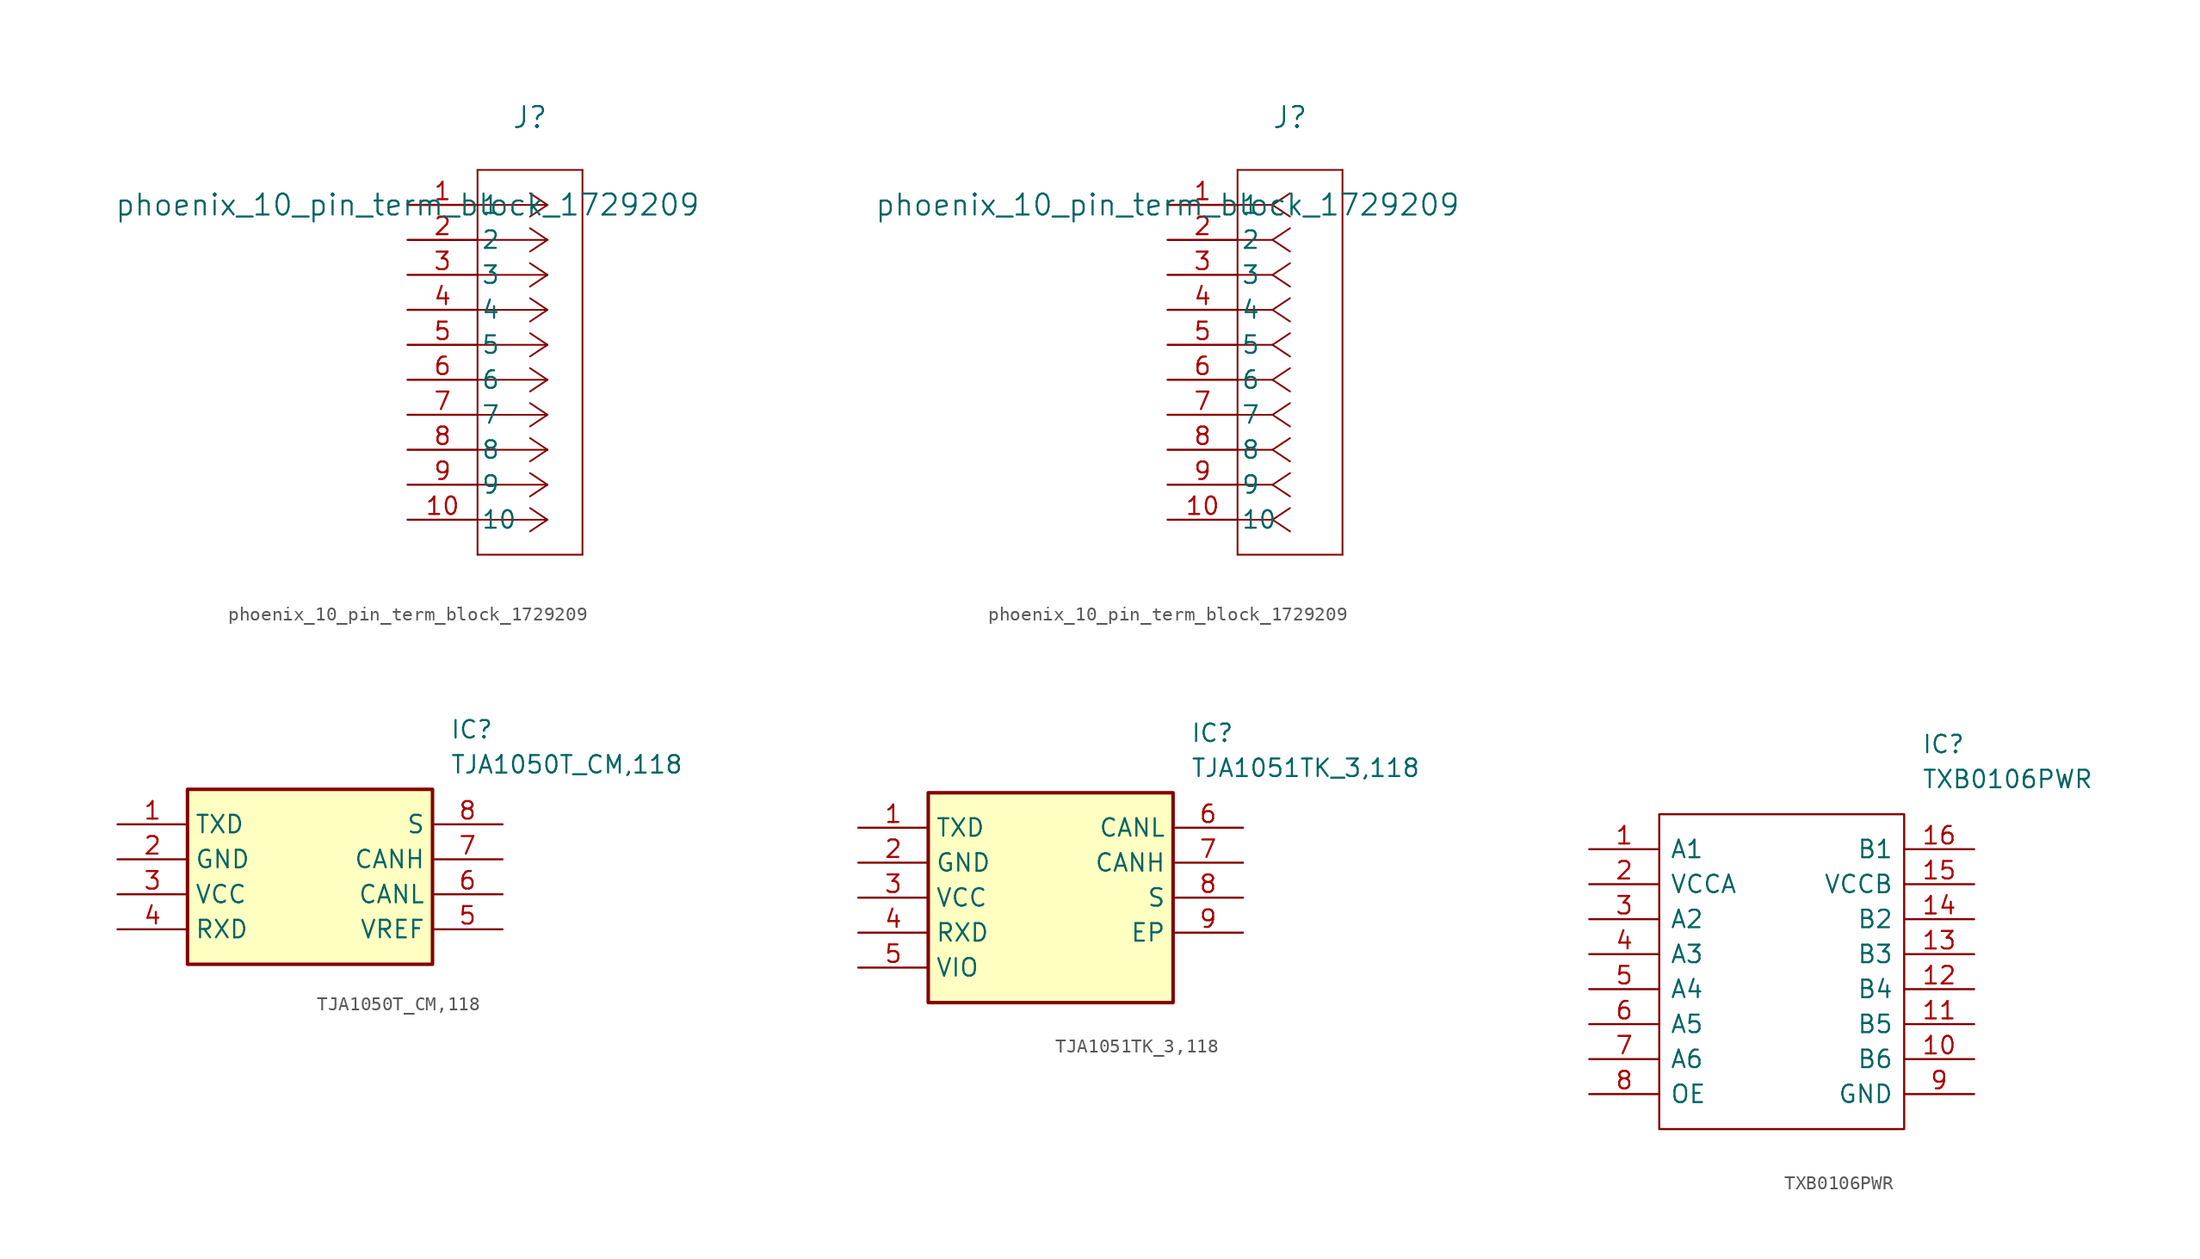
<source format=kicad_sym>
(kicad_symbol_lib
  (version 20231120)
  (generator "kicad_symbol_editor")
  (generator_version "8.0")
  (symbol "phoenix_10_pin_term_block_1729209"
    (pin_names
      (offset 0.254))
    (property "Reference" "J"
      (at 8.89 6.35 0)
      (effects (font (size 1.524 1.524))))
    (property "Value" "phoenix_10_pin_term_block_1729209"
      (at 0 0 0)
      (effects (font (size 1.524 1.524))))
    (property "ki_locked" ""
      (at 0 0 0)
      (effects (font (size 1.27 1.27))))
    (symbol "phoenix_10_pin_term_block_1729209_1_1"
      (polyline (pts (xy 5.08 -25.4) (xy 12.7 -25.4)) (stroke (width 0.127) (type default)) (fill (type none)))
      (polyline (pts (xy 5.08 2.54) (xy 5.08 -25.4)) (stroke (width 0.127) (type default)) (fill (type none)))
      (polyline (pts (xy 10.16 -22.86) (xy 5.08 -22.86)) (stroke (width 0.127) (type default)) (fill (type none)))
      (polyline (pts (xy 10.16 -22.86) (xy 8.89 -23.707)) (stroke (width 0.127) (type default)) (fill (type none)))
      (polyline (pts (xy 10.16 -22.86) (xy 8.89 -22.013)) (stroke (width 0.127) (type default)) (fill (type none)))
      (polyline (pts (xy 10.16 -20.32) (xy 5.08 -20.32)) (stroke (width 0.127) (type default)) (fill (type none)))
      (polyline (pts (xy 10.16 -20.32) (xy 8.89 -21.167)) (stroke (width 0.127) (type default)) (fill (type none)))
      (polyline (pts (xy 10.16 -20.32) (xy 8.89 -19.473)) (stroke (width 0.127) (type default)) (fill (type none)))
      (polyline (pts (xy 10.16 -17.78) (xy 5.08 -17.78)) (stroke (width 0.127) (type default)) (fill (type none)))
      (polyline (pts (xy 10.16 -17.78) (xy 8.89 -18.627)) (stroke (width 0.127) (type default)) (fill (type none)))
      (polyline (pts (xy 10.16 -17.78) (xy 8.89 -16.933)) (stroke (width 0.127) (type default)) (fill (type none)))
      (polyline (pts (xy 10.16 -15.24) (xy 5.08 -15.24)) (stroke (width 0.127) (type default)) (fill (type none)))
      (polyline (pts (xy 10.16 -15.24) (xy 8.89 -16.087)) (stroke (width 0.127) (type default)) (fill (type none)))
      (polyline (pts (xy 10.16 -15.24) (xy 8.89 -14.393)) (stroke (width 0.127) (type default)) (fill (type none)))
      (polyline (pts (xy 10.16 -12.7) (xy 5.08 -12.7)) (stroke (width 0.127) (type default)) (fill (type none)))
      (polyline (pts (xy 10.16 -12.7) (xy 8.89 -13.547)) (stroke (width 0.127) (type default)) (fill (type none)))
      (polyline (pts (xy 10.16 -12.7) (xy 8.89 -11.853)) (stroke (width 0.127) (type default)) (fill (type none)))
      (polyline (pts (xy 10.16 -10.16) (xy 5.08 -10.16)) (stroke (width 0.127) (type default)) (fill (type none)))
      (polyline (pts (xy 10.16 -10.16) (xy 8.89 -11.007)) (stroke (width 0.127) (type default)) (fill (type none)))
      (polyline (pts (xy 10.16 -10.16) (xy 8.89 -9.313)) (stroke (width 0.127) (type default)) (fill (type none)))
      (polyline (pts (xy 10.16 -7.62) (xy 5.08 -7.62)) (stroke (width 0.127) (type default)) (fill (type none)))
      (polyline (pts (xy 10.16 -7.62) (xy 8.89 -8.467)) (stroke (width 0.127) (type default)) (fill (type none)))
      (polyline (pts (xy 10.16 -7.62) (xy 8.89 -6.773)) (stroke (width 0.127) (type default)) (fill (type none)))
      (polyline (pts (xy 10.16 -5.08) (xy 5.08 -5.08)) (stroke (width 0.127) (type default)) (fill (type none)))
      (polyline (pts (xy 10.16 -5.08) (xy 8.89 -5.927)) (stroke (width 0.127) (type default)) (fill (type none)))
      (polyline (pts (xy 10.16 -5.08) (xy 8.89 -4.233)) (stroke (width 0.127) (type default)) (fill (type none)))
      (polyline (pts (xy 10.16 -2.54) (xy 5.08 -2.54)) (stroke (width 0.127) (type default)) (fill (type none)))
      (polyline (pts (xy 10.16 -2.54) (xy 8.89 -3.387)) (stroke (width 0.127) (type default)) (fill (type none)))
      (polyline (pts (xy 10.16 -2.54) (xy 8.89 -1.693)) (stroke (width 0.127) (type default)) (fill (type none)))
      (polyline (pts (xy 10.16 0) (xy 5.08 0)) (stroke (width 0.127) (type default)) (fill (type none)))
      (polyline (pts (xy 10.16 0) (xy 8.89 -0.847)) (stroke (width 0.127) (type default)) (fill (type none)))
      (polyline (pts (xy 10.16 0) (xy 8.89 0.847)) (stroke (width 0.127) (type default)) (fill (type none)))
      (polyline (pts (xy 12.7 -25.4) (xy 12.7 2.54)) (stroke (width 0.127) (type default)) (fill (type none)))
      (polyline (pts (xy 12.7 2.54) (xy 5.08 2.54)) (stroke (width 0.127) (type default)) (fill (type none)))
      (pin unspecified line (at 0 0 0) (length 5.08) (name "1" (effects (font (size 1.27 1.27)))) (number "1" (effects (font (size 1.27 1.27)))))
      (pin unspecified line (at 0 -22.86 0) (length 5.08) (name "10" (effects (font (size 1.27 1.27)))) (number "10" (effects (font (size 1.27 1.27)))))
      (pin unspecified line (at 0 -2.54 0) (length 5.08) (name "2" (effects (font (size 1.27 1.27)))) (number "2" (effects (font (size 1.27 1.27)))))
      (pin unspecified line (at 0 -5.08 0) (length 5.08) (name "3" (effects (font (size 1.27 1.27)))) (number "3" (effects (font (size 1.27 1.27)))))
      (pin unspecified line (at 0 -7.62 0) (length 5.08) (name "4" (effects (font (size 1.27 1.27)))) (number "4" (effects (font (size 1.27 1.27)))))
      (pin unspecified line (at 0 -10.16 0) (length 5.08) (name "5" (effects (font (size 1.27 1.27)))) (number "5" (effects (font (size 1.27 1.27)))))
      (pin unspecified line (at 0 -12.7 0) (length 5.08) (name "6" (effects (font (size 1.27 1.27)))) (number "6" (effects (font (size 1.27 1.27)))))
      (pin unspecified line (at 0 -15.24 0) (length 5.08) (name "7" (effects (font (size 1.27 1.27)))) (number "7" (effects (font (size 1.27 1.27)))))
      (pin unspecified line (at 0 -17.78 0) (length 5.08) (name "8" (effects (font (size 1.27 1.27)))) (number "8" (effects (font (size 1.27 1.27)))))
      (pin unspecified line (at 0 -20.32 0) (length 5.08) (name "9" (effects (font (size 1.27 1.27)))) (number "9" (effects (font (size 1.27 1.27))))))
    (symbol "phoenix_10_pin_term_block_1729209_1_2"
      (polyline (pts (xy 5.08 -25.4) (xy 12.7 -25.4)) (stroke (width 0.127) (type default)) (fill (type none)))
      (polyline (pts (xy 5.08 2.54) (xy 5.08 -25.4)) (stroke (width 0.127) (type default)) (fill (type none)))
      (polyline (pts (xy 7.62 -22.86) (xy 5.08 -22.86)) (stroke (width 0.127) (type default)) (fill (type none)))
      (polyline (pts (xy 7.62 -22.86) (xy 8.89 -23.707)) (stroke (width 0.127) (type default)) (fill (type none)))
      (polyline (pts (xy 7.62 -22.86) (xy 8.89 -22.013)) (stroke (width 0.127) (type default)) (fill (type none)))
      (polyline (pts (xy 7.62 -20.32) (xy 5.08 -20.32)) (stroke (width 0.127) (type default)) (fill (type none)))
      (polyline (pts (xy 7.62 -20.32) (xy 8.89 -21.167)) (stroke (width 0.127) (type default)) (fill (type none)))
      (polyline (pts (xy 7.62 -20.32) (xy 8.89 -19.473)) (stroke (width 0.127) (type default)) (fill (type none)))
      (polyline (pts (xy 7.62 -17.78) (xy 5.08 -17.78)) (stroke (width 0.127) (type default)) (fill (type none)))
      (polyline (pts (xy 7.62 -17.78) (xy 8.89 -18.627)) (stroke (width 0.127) (type default)) (fill (type none)))
      (polyline (pts (xy 7.62 -17.78) (xy 8.89 -16.933)) (stroke (width 0.127) (type default)) (fill (type none)))
      (polyline (pts (xy 7.62 -15.24) (xy 5.08 -15.24)) (stroke (width 0.127) (type default)) (fill (type none)))
      (polyline (pts (xy 7.62 -15.24) (xy 8.89 -16.087)) (stroke (width 0.127) (type default)) (fill (type none)))
      (polyline (pts (xy 7.62 -15.24) (xy 8.89 -14.393)) (stroke (width 0.127) (type default)) (fill (type none)))
      (polyline (pts (xy 7.62 -12.7) (xy 5.08 -12.7)) (stroke (width 0.127) (type default)) (fill (type none)))
      (polyline (pts (xy 7.62 -12.7) (xy 8.89 -13.547)) (stroke (width 0.127) (type default)) (fill (type none)))
      (polyline (pts (xy 7.62 -12.7) (xy 8.89 -11.853)) (stroke (width 0.127) (type default)) (fill (type none)))
      (polyline (pts (xy 7.62 -10.16) (xy 5.08 -10.16)) (stroke (width 0.127) (type default)) (fill (type none)))
      (polyline (pts (xy 7.62 -10.16) (xy 8.89 -11.007)) (stroke (width 0.127) (type default)) (fill (type none)))
      (polyline (pts (xy 7.62 -10.16) (xy 8.89 -9.313)) (stroke (width 0.127) (type default)) (fill (type none)))
      (polyline (pts (xy 7.62 -7.62) (xy 5.08 -7.62)) (stroke (width 0.127) (type default)) (fill (type none)))
      (polyline (pts (xy 7.62 -7.62) (xy 8.89 -8.467)) (stroke (width 0.127) (type default)) (fill (type none)))
      (polyline (pts (xy 7.62 -7.62) (xy 8.89 -6.773)) (stroke (width 0.127) (type default)) (fill (type none)))
      (polyline (pts (xy 7.62 -5.08) (xy 5.08 -5.08)) (stroke (width 0.127) (type default)) (fill (type none)))
      (polyline (pts (xy 7.62 -5.08) (xy 8.89 -5.927)) (stroke (width 0.127) (type default)) (fill (type none)))
      (polyline (pts (xy 7.62 -5.08) (xy 8.89 -4.233)) (stroke (width 0.127) (type default)) (fill (type none)))
      (polyline (pts (xy 7.62 -2.54) (xy 5.08 -2.54)) (stroke (width 0.127) (type default)) (fill (type none)))
      (polyline (pts (xy 7.62 -2.54) (xy 8.89 -3.387)) (stroke (width 0.127) (type default)) (fill (type none)))
      (polyline (pts (xy 7.62 -2.54) (xy 8.89 -1.693)) (stroke (width 0.127) (type default)) (fill (type none)))
      (polyline (pts (xy 7.62 0) (xy 5.08 0)) (stroke (width 0.127) (type default)) (fill (type none)))
      (polyline (pts (xy 7.62 0) (xy 8.89 -0.847)) (stroke (width 0.127) (type default)) (fill (type none)))
      (polyline (pts (xy 7.62 0) (xy 8.89 0.847)) (stroke (width 0.127) (type default)) (fill (type none)))
      (polyline (pts (xy 12.7 -25.4) (xy 12.7 2.54)) (stroke (width 0.127) (type default)) (fill (type none)))
      (polyline (pts (xy 12.7 2.54) (xy 5.08 2.54)) (stroke (width 0.127) (type default)) (fill (type none)))
      (pin unspecified line (at 0 0 0) (length 5.08) (name "1" (effects (font (size 1.27 1.27)))) (number "1" (effects (font (size 1.27 1.27)))))
      (pin unspecified line (at 0 -22.86 0) (length 5.08) (name "10" (effects (font (size 1.27 1.27)))) (number "10" (effects (font (size 1.27 1.27)))))
      (pin unspecified line (at 0 -2.54 0) (length 5.08) (name "2" (effects (font (size 1.27 1.27)))) (number "2" (effects (font (size 1.27 1.27)))))
      (pin unspecified line (at 0 -5.08 0) (length 5.08) (name "3" (effects (font (size 1.27 1.27)))) (number "3" (effects (font (size 1.27 1.27)))))
      (pin unspecified line (at 0 -7.62 0) (length 5.08) (name "4" (effects (font (size 1.27 1.27)))) (number "4" (effects (font (size 1.27 1.27)))))
      (pin unspecified line (at 0 -10.16 0) (length 5.08) (name "5" (effects (font (size 1.27 1.27)))) (number "5" (effects (font (size 1.27 1.27)))))
      (pin unspecified line (at 0 -12.7 0) (length 5.08) (name "6" (effects (font (size 1.27 1.27)))) (number "6" (effects (font (size 1.27 1.27)))))
      (pin unspecified line (at 0 -15.24 0) (length 5.08) (name "7" (effects (font (size 1.27 1.27)))) (number "7" (effects (font (size 1.27 1.27)))))
      (pin unspecified line (at 0 -17.78 0) (length 5.08) (name "8" (effects (font (size 1.27 1.27)))) (number "8" (effects (font (size 1.27 1.27)))))
      (pin unspecified line (at 0 -20.32 0) (length 5.08) (name "9" (effects (font (size 1.27 1.27)))) (number "9" (effects (font (size 1.27 1.27)))))))
  (symbol "TJA1050T_CM,118"
    (property "Reference" "IC"
      (at 24.13 7.62 0)
      (effects (font (size 1.27 1.27)) (justify left top)))
    (property "Value" "TJA1050T_CM,118"
      (at 24.13 5.08 0)
      (effects (font (size 1.27 1.27)) (justify left top)))
    (symbol "TJA1050T_CM,118_1_1"
      (rectangle (start 5.08 2.54) (end 22.86 -10.16) (stroke (width 0.254) (type default)) (fill (type background)))
      (pin passive line (at 0 0 0) (length 5.08) (name "TXD" (effects (font (size 1.27 1.27)))) (number "1" (effects (font (size 1.27 1.27)))))
      (pin passive line (at 0 -2.54 0) (length 5.08) (name "GND" (effects (font (size 1.27 1.27)))) (number "2" (effects (font (size 1.27 1.27)))))
      (pin passive line (at 0 -5.08 0) (length 5.08) (name "VCC" (effects (font (size 1.27 1.27)))) (number "3" (effects (font (size 1.27 1.27)))))
      (pin passive line (at 0 -7.62 0) (length 5.08) (name "RXD" (effects (font (size 1.27 1.27)))) (number "4" (effects (font (size 1.27 1.27)))))
      (pin passive line (at 27.94 -7.62 180) (length 5.08) (name "VREF" (effects (font (size 1.27 1.27)))) (number "5" (effects (font (size 1.27 1.27)))))
      (pin passive line (at 27.94 -5.08 180) (length 5.08) (name "CANL" (effects (font (size 1.27 1.27)))) (number "6" (effects (font (size 1.27 1.27)))))
      (pin passive line (at 27.94 -2.54 180) (length 5.08) (name "CANH" (effects (font (size 1.27 1.27)))) (number "7" (effects (font (size 1.27 1.27)))))
      (pin passive line (at 27.94 0 180) (length 5.08) (name "S" (effects (font (size 1.27 1.27)))) (number "8" (effects (font (size 1.27 1.27)))))))
  (symbol "TJA1051TK_3,118"
    (property "Reference" "IC"
      (at 24.13 7.62 0)
      (effects (font (size 1.27 1.27)) (justify left top)))
    (property "Value" "TJA1051TK_3,118"
      (at 24.13 5.08 0)
      (effects (font (size 1.27 1.27)) (justify left top)))
    (symbol "TJA1051TK_3,118_1_1"
      (rectangle (start 5.08 2.54) (end 22.86 -12.7) (stroke (width 0.254) (type default)) (fill (type background)))
      (pin passive line (at 0 0 0) (length 5.08) (name "TXD" (effects (font (size 1.27 1.27)))) (number "1" (effects (font (size 1.27 1.27)))))
      (pin passive line (at 0 -2.54 0) (length 5.08) (name "GND" (effects (font (size 1.27 1.27)))) (number "2" (effects (font (size 1.27 1.27)))))
      (pin passive line (at 0 -5.08 0) (length 5.08) (name "VCC" (effects (font (size 1.27 1.27)))) (number "3" (effects (font (size 1.27 1.27)))))
      (pin passive line (at 0 -7.62 0) (length 5.08) (name "RXD" (effects (font (size 1.27 1.27)))) (number "4" (effects (font (size 1.27 1.27)))))
      (pin passive line (at 0 -10.16 0) (length 5.08) (name "VIO" (effects (font (size 1.27 1.27)))) (number "5" (effects (font (size 1.27 1.27)))))
      (pin passive line (at 27.94 0 180) (length 5.08) (name "CANL" (effects (font (size 1.27 1.27)))) (number "6" (effects (font (size 1.27 1.27)))))
      (pin passive line (at 27.94 -2.54 180) (length 5.08) (name "CANH" (effects (font (size 1.27 1.27)))) (number "7" (effects (font (size 1.27 1.27)))))
      (pin passive line (at 27.94 -5.08 180) (length 5.08) (name "S" (effects (font (size 1.27 1.27)))) (number "8" (effects (font (size 1.27 1.27)))))
      (pin passive line (at 27.94 -7.62 180) (length 5.08) (name "EP" (effects (font (size 1.27 1.27)))) (number "9" (effects (font (size 1.27 1.27)))))))
  (symbol "TXB0106PWR"
    (pin_names
      (offset 0.762))
    (property "Reference" "IC"
      (at 24.13 7.62 0)
      (effects (font (size 1.27 1.27)) (justify left)))
    (property "Value" "TXB0106PWR"
      (at 24.13 5.08 0)
      (effects (font (size 1.27 1.27)) (justify left)))
    (symbol "TXB0106PWR_0_0"
      (pin passive line (at 0 0 0) (length 5.08) (name "A1" (effects (font (size 1.27 1.27)))) (number "1" (effects (font (size 1.27 1.27)))))
      (pin passive line (at 27.94 -15.24 180) (length 5.08) (name "B6" (effects (font (size 1.27 1.27)))) (number "10" (effects (font (size 1.27 1.27)))))
      (pin passive line (at 27.94 -12.7 180) (length 5.08) (name "B5" (effects (font (size 1.27 1.27)))) (number "11" (effects (font (size 1.27 1.27)))))
      (pin passive line (at 27.94 -10.16 180) (length 5.08) (name "B4" (effects (font (size 1.27 1.27)))) (number "12" (effects (font (size 1.27 1.27)))))
      (pin passive line (at 27.94 -7.62 180) (length 5.08) (name "B3" (effects (font (size 1.27 1.27)))) (number "13" (effects (font (size 1.27 1.27)))))
      (pin passive line (at 27.94 -5.08 180) (length 5.08) (name "B2" (effects (font (size 1.27 1.27)))) (number "14" (effects (font (size 1.27 1.27)))))
      (pin passive line (at 27.94 -2.54 180) (length 5.08) (name "VCCB" (effects (font (size 1.27 1.27)))) (number "15" (effects (font (size 1.27 1.27)))))
      (pin passive line (at 27.94 0 180) (length 5.08) (name "B1" (effects (font (size 1.27 1.27)))) (number "16" (effects (font (size 1.27 1.27)))))
      (pin passive line (at 0 -2.54 0) (length 5.08) (name "VCCA" (effects (font (size 1.27 1.27)))) (number "2" (effects (font (size 1.27 1.27)))))
      (pin passive line (at 0 -5.08 0) (length 5.08) (name "A2" (effects (font (size 1.27 1.27)))) (number "3" (effects (font (size 1.27 1.27)))))
      (pin passive line (at 0 -7.62 0) (length 5.08) (name "A3" (effects (font (size 1.27 1.27)))) (number "4" (effects (font (size 1.27 1.27)))))
      (pin passive line (at 0 -10.16 0) (length 5.08) (name "A4" (effects (font (size 1.27 1.27)))) (number "5" (effects (font (size 1.27 1.27)))))
      (pin passive line (at 0 -12.7 0) (length 5.08) (name "A5" (effects (font (size 1.27 1.27)))) (number "6" (effects (font (size 1.27 1.27)))))
      (pin passive line (at 0 -15.24 0) (length 5.08) (name "A6" (effects (font (size 1.27 1.27)))) (number "7" (effects (font (size 1.27 1.27)))))
      (pin passive line (at 0 -17.78 0) (length 5.08) (name "OE" (effects (font (size 1.27 1.27)))) (number "8" (effects (font (size 1.27 1.27)))))
      (pin passive line (at 27.94 -17.78 180) (length 5.08) (name "GND" (effects (font (size 1.27 1.27)))) (number "9" (effects (font (size 1.27 1.27))))))
    (symbol "TXB0106PWR_0_1"
      (polyline (pts (xy 5.08 2.54) (xy 22.86 2.54) (xy 22.86 -20.32) (xy 5.08 -20.32) (xy 5.08 2.54)) (stroke (width 0.152) (type solid)) (fill (type none))))))
</source>
